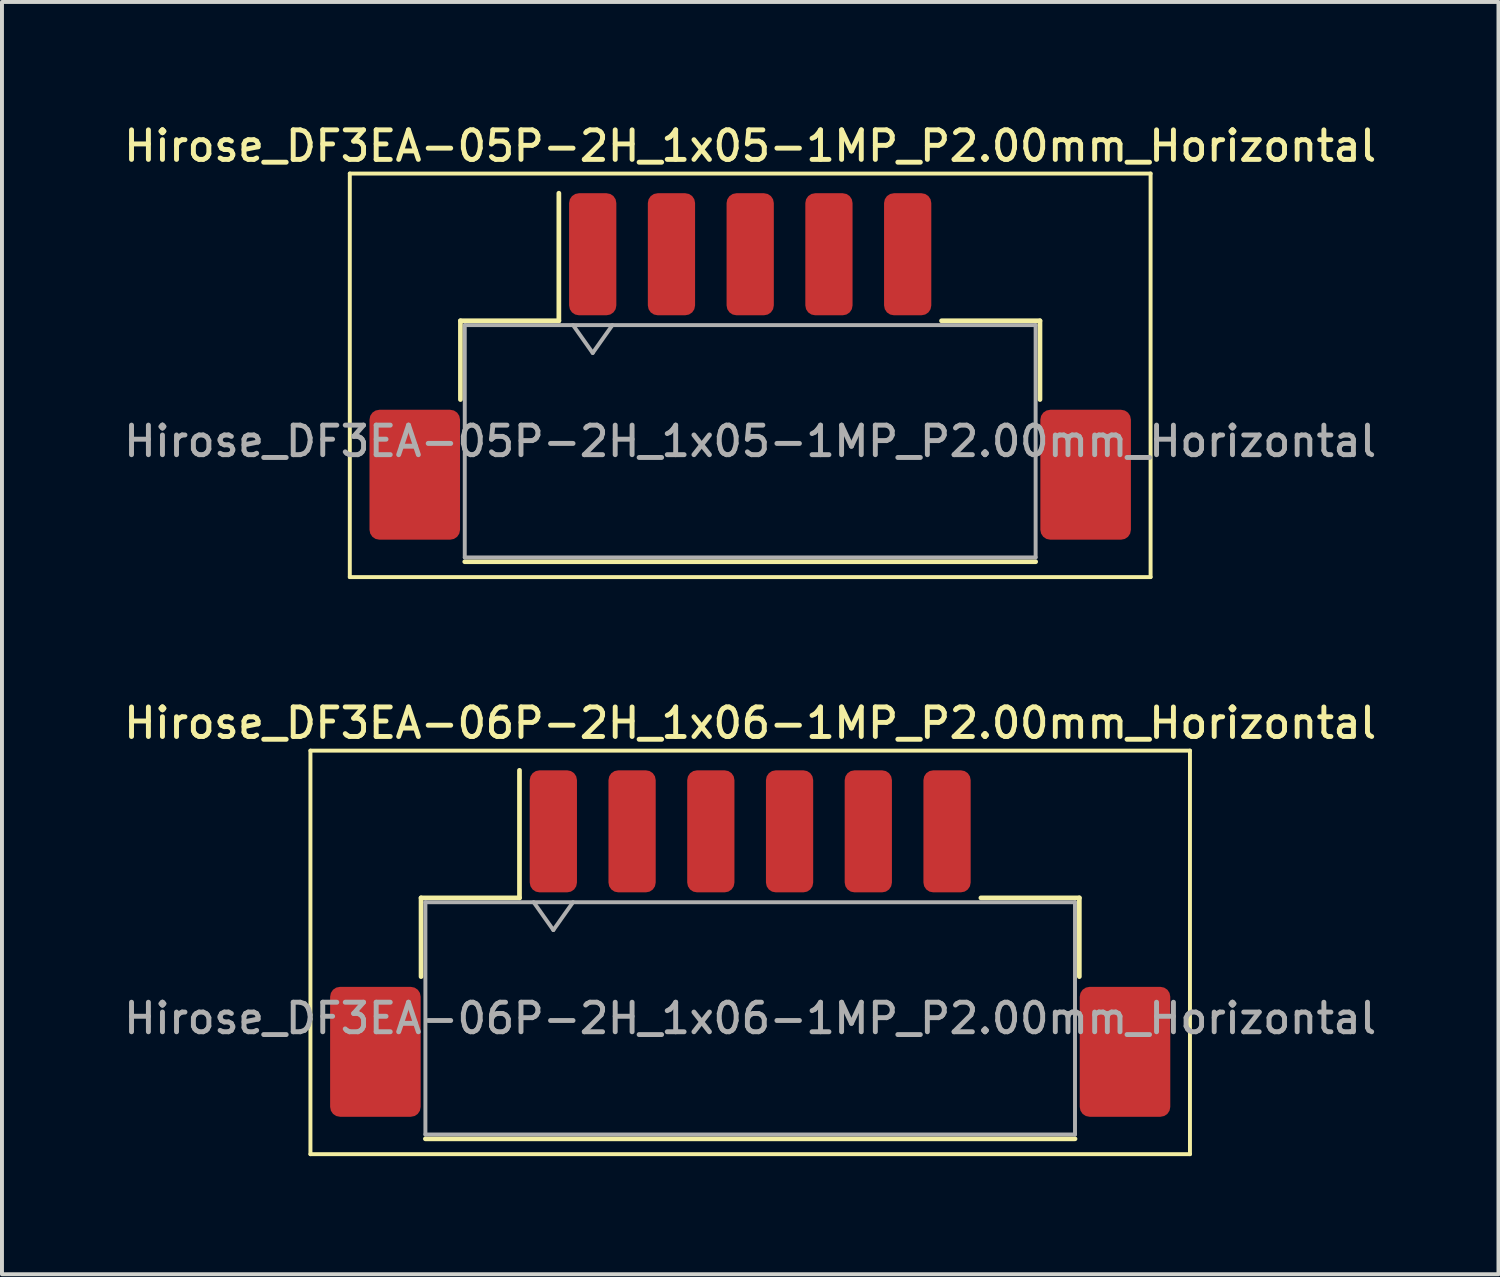
<source format=kicad_pcb>
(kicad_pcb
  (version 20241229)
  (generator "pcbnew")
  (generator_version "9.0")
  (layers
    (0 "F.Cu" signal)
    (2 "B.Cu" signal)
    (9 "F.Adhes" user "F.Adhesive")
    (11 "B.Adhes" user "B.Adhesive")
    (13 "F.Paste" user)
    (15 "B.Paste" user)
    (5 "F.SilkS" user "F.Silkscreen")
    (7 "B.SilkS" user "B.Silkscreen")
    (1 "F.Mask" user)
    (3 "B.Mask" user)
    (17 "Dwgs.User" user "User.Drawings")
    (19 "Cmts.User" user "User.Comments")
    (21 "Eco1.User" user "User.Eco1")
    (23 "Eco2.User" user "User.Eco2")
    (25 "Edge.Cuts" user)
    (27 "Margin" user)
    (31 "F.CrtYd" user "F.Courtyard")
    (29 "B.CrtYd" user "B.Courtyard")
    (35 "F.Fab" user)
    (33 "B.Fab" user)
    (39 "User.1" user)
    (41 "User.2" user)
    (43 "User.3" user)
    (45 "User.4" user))
  (footprint "Hirose_DF3EA-05P-2H_1x05-1MP_P2.00mm_Horizontal"
    (layer "F.Cu")
    (at 16.005 6.258)
    (property "Reference" "Hirose_DF3EA-05P-2H_1x05-1MP_P2.00mm_Horizontal" (at 0 -5.6 0) (layer "F.SilkS") (effects (font (size 0.75 0.75) (thickness 0.125))))
    (attr smd)
    (fp_line (start -10.17 -4.9) (end -10.17 5.35) (stroke (width 0.1) (type solid)) (layer "F.SilkS"))
    (fp_line (start -10.17 5.35) (end 10.17 5.35) (stroke (width 0.1) (type solid)) (layer "F.SilkS"))
    (fp_line (start -7.36 -1.16) (end -4.86 -1.16) (stroke (width 0.12) (type solid)) (layer "F.SilkS"))
    (fp_line (start -7.36 0.84) (end -7.36 -1.16) (stroke (width 0.12) (type solid)) (layer "F.SilkS"))
    (fp_line (start -7.25 4.96) (end 7.25 4.96) (stroke (width 0.12) (type solid)) (layer "F.SilkS"))
    (fp_line (start -4.86 -1.16) (end -4.86 -4.4) (stroke (width 0.12) (type solid)) (layer "F.SilkS"))
    (fp_line (start 7.36 -1.16) (end 4.86 -1.16) (stroke (width 0.12) (type solid)) (layer "F.SilkS"))
    (fp_line (start 7.36 0.84) (end 7.36 -1.16) (stroke (width 0.12) (type solid)) (layer "F.SilkS"))
    (fp_line (start 10.17 -4.9) (end -10.17 -4.9) (stroke (width 0.1) (type solid)) (layer "F.SilkS"))
    (fp_line (start 10.17 5.35) (end 10.17 -4.9) (stroke (width 0.1) (type solid)) (layer "F.SilkS"))
    (fp_line (start -7.25 -1.05) (end -7.25 4.85) (stroke (width 0.1) (type solid)) (layer "F.Fab"))
    (fp_line (start -7.25 -1.05) (end 7.25 -1.05) (stroke (width 0.1) (type solid)) (layer "F.Fab"))
    (fp_line (start -7.25 4.85) (end 7.25 4.85) (stroke (width 0.1) (type solid)) (layer "F.Fab"))
    (fp_line (start -4.5 -1.05) (end -4 -0.343) (stroke (width 0.1) (type solid)) (layer "F.Fab"))
    (fp_line (start -4 -0.343) (end -3.5 -1.05) (stroke (width 0.1) (type solid)) (layer "F.Fab"))
    (fp_line (start 7.25 -1.05) (end 7.25 4.85) (stroke (width 0.1) (type solid)) (layer "F.Fab"))
    (fp_text user "${REFERENCE}" (at 0 1.9 0) (layer "F.Fab") (effects (font (size 0.75 0.75) (thickness 0.125))))
    (pad "1" smd roundrect (at -4 -2.85) (size 1.2 3.1) (layers "F.Cu" "F.Mask" "F.Paste") (roundrect_rratio 0.208))
    (pad "2" smd roundrect (at -2 -2.85) (size 1.2 3.1) (layers "F.Cu" "F.Mask" "F.Paste") (roundrect_rratio 0.208))
    (pad "3" smd roundrect (at 0 -2.85) (size 1.2 3.1) (layers "F.Cu" "F.Mask" "F.Paste") (roundrect_rratio 0.208))
    (pad "4" smd roundrect (at 2 -2.85) (size 1.2 3.1) (layers "F.Cu" "F.Mask" "F.Paste") (roundrect_rratio 0.208))
    (pad "5" smd roundrect (at 4 -2.85) (size 1.2 3.1) (layers "F.Cu" "F.Mask" "F.Paste") (roundrect_rratio 0.208))
    (pad "MP" smd roundrect (at -8.52 2.75) (size 2.3 3.3) (layers "F.Cu" "F.Mask" "F.Paste") (roundrect_rratio 0.109))
    (pad "MP" smd roundrect (at 8.52 2.75) (size 2.3 3.3) (layers "F.Cu" "F.Mask" "F.Paste") (roundrect_rratio 0.109)))
  (footprint "Hirose_DF3EA-06P-2H_1x06-1MP_P2.00mm_Horizontal"
    (layer "F.Cu")
    (at 16.005 20.916)
    (property "Reference" "Hirose_DF3EA-06P-2H_1x06-1MP_P2.00mm_Horizontal" (at 0 -5.6 0) (layer "F.SilkS") (effects (font (size 0.75 0.75) (thickness 0.125))))
    (attr smd)
    (fp_line (start -11.17 -4.9) (end -11.17 5.35) (stroke (width 0.1) (type solid)) (layer "F.SilkS"))
    (fp_line (start -11.17 5.35) (end 11.17 5.35) (stroke (width 0.1) (type solid)) (layer "F.SilkS"))
    (fp_line (start -8.36 -1.16) (end -5.86 -1.16) (stroke (width 0.12) (type solid)) (layer "F.SilkS"))
    (fp_line (start -8.36 0.84) (end -8.36 -1.16) (stroke (width 0.12) (type solid)) (layer "F.SilkS"))
    (fp_line (start -8.25 4.96) (end 8.25 4.96) (stroke (width 0.12) (type solid)) (layer "F.SilkS"))
    (fp_line (start -5.86 -1.16) (end -5.86 -4.4) (stroke (width 0.12) (type solid)) (layer "F.SilkS"))
    (fp_line (start 8.36 -1.16) (end 5.86 -1.16) (stroke (width 0.12) (type solid)) (layer "F.SilkS"))
    (fp_line (start 8.36 0.84) (end 8.36 -1.16) (stroke (width 0.12) (type solid)) (layer "F.SilkS"))
    (fp_line (start 11.17 -4.9) (end -11.17 -4.9) (stroke (width 0.1) (type solid)) (layer "F.SilkS"))
    (fp_line (start 11.17 5.35) (end 11.17 -4.9) (stroke (width 0.1) (type solid)) (layer "F.SilkS"))
    (fp_line (start -8.25 -1.05) (end -8.25 4.85) (stroke (width 0.1) (type solid)) (layer "F.Fab"))
    (fp_line (start -8.25 -1.05) (end 8.25 -1.05) (stroke (width 0.1) (type solid)) (layer "F.Fab"))
    (fp_line (start -8.25 4.85) (end 8.25 4.85) (stroke (width 0.1) (type solid)) (layer "F.Fab"))
    (fp_line (start -5.5 -1.05) (end -5 -0.343) (stroke (width 0.1) (type solid)) (layer "F.Fab"))
    (fp_line (start -5 -0.343) (end -4.5 -1.05) (stroke (width 0.1) (type solid)) (layer "F.Fab"))
    (fp_line (start 8.25 -1.05) (end 8.25 4.85) (stroke (width 0.1) (type solid)) (layer "F.Fab"))
    (fp_text user "${REFERENCE}" (at 0 1.9 0) (layer "F.Fab") (effects (font (size 0.75 0.75) (thickness 0.125))))
    (pad "1" smd roundrect (at -5 -2.85) (size 1.2 3.1) (layers "F.Cu" "F.Mask" "F.Paste") (roundrect_rratio 0.208))
    (pad "2" smd roundrect (at -3 -2.85) (size 1.2 3.1) (layers "F.Cu" "F.Mask" "F.Paste") (roundrect_rratio 0.208))
    (pad "3" smd roundrect (at -1 -2.85) (size 1.2 3.1) (layers "F.Cu" "F.Mask" "F.Paste") (roundrect_rratio 0.208))
    (pad "4" smd roundrect (at 1 -2.85) (size 1.2 3.1) (layers "F.Cu" "F.Mask" "F.Paste") (roundrect_rratio 0.208))
    (pad "5" smd roundrect (at 3 -2.85) (size 1.2 3.1) (layers "F.Cu" "F.Mask" "F.Paste") (roundrect_rratio 0.208))
    (pad "6" smd roundrect (at 5 -2.85) (size 1.2 3.1) (layers "F.Cu" "F.Mask" "F.Paste") (roundrect_rratio 0.208))
    (pad "MP" smd roundrect (at -9.52 2.75) (size 2.3 3.3) (layers "F.Cu" "F.Mask" "F.Paste") (roundrect_rratio 0.109))
    (pad "MP" smd roundrect (at 9.52 2.75) (size 2.3 3.3) (layers "F.Cu" "F.Mask" "F.Paste") (roundrect_rratio 0.109)))
  (gr_rect
    (start -3 -3)
    (end 35.011 29.316)
    (stroke (width 0.1) (type default))
    (fill no)
    (layer "Edge.Cuts")))
</source>
